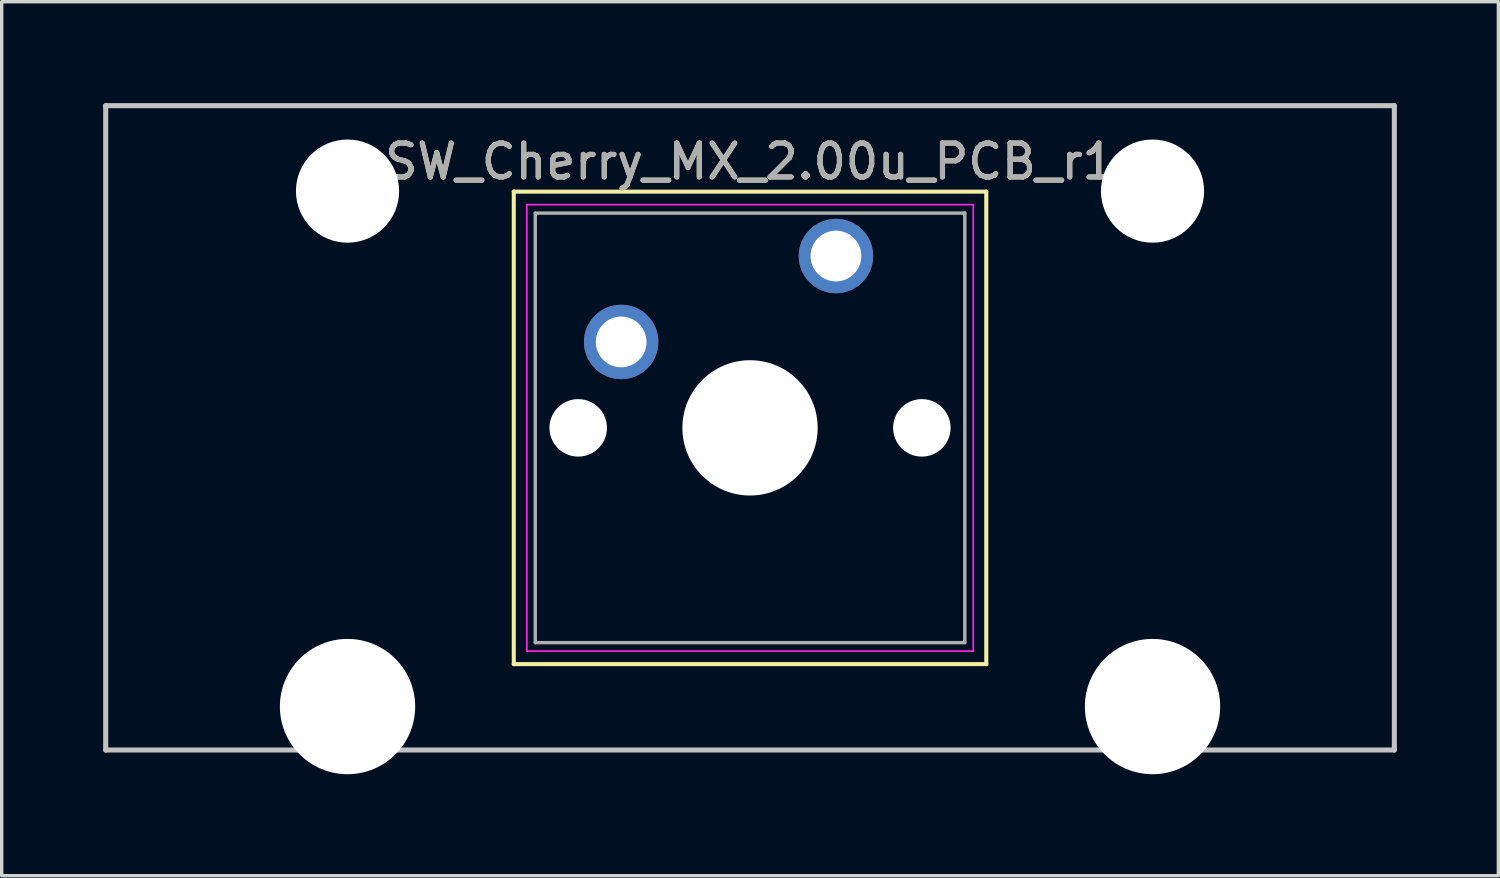
<source format=kicad_pcb>
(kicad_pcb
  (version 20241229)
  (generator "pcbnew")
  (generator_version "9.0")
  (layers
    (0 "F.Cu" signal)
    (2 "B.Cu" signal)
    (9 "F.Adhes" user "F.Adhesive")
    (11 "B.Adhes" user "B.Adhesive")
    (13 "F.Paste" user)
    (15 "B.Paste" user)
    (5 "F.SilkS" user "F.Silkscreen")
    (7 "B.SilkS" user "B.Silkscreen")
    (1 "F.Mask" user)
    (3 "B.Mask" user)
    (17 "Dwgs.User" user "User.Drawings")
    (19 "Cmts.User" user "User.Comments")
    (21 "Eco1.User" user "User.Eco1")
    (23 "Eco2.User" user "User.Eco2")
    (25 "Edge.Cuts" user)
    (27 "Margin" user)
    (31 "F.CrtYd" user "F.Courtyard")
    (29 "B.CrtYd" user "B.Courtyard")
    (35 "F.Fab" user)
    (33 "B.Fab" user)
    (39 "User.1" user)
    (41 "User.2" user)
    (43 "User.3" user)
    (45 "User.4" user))
  (footprint "SW_Cherry_MX_2.00u_PCB_r1"
    (layer "F.Cu")
    (at 21.665 4.52)
    (property "Reference" "SW_Cherry_MX_2.00u_PCB_r1" (at -2.54 -2.794 0) (layer "F.SilkS") (effects (font (size 1 1) (thickness 0.15))))
    (attr through_hole)
    (fp_line (start -9.525 -1.905) (end 4.445 -1.905) (stroke (width 0.12) (type solid)) (layer "F.SilkS"))
    (fp_line (start -9.525 12.065) (end -9.525 -1.905) (stroke (width 0.12) (type solid)) (layer "F.SilkS"))
    (fp_line (start 4.445 -1.905) (end 4.445 12.065) (stroke (width 0.12) (type solid)) (layer "F.SilkS"))
    (fp_line (start 4.445 12.065) (end -9.525 12.065) (stroke (width 0.12) (type solid)) (layer "F.SilkS"))
    (fp_line (start -21.59 -4.445) (end 16.51 -4.445) (stroke (width 0.15) (type solid)) (layer "Dwgs.User"))
    (fp_line (start -21.59 14.605) (end -21.59 -4.445) (stroke (width 0.15) (type solid)) (layer "Dwgs.User"))
    (fp_line (start 16.51 -4.445) (end 16.51 14.605) (stroke (width 0.15) (type solid)) (layer "Dwgs.User"))
    (fp_line (start 16.51 14.605) (end -21.59 14.605) (stroke (width 0.15) (type solid)) (layer "Dwgs.User"))
    (fp_line (start -9.14 -1.52) (end 4.06 -1.52) (stroke (width 0.05) (type solid)) (layer "F.CrtYd"))
    (fp_line (start -9.14 11.68) (end -9.14 -1.52) (stroke (width 0.05) (type solid)) (layer "F.CrtYd"))
    (fp_line (start 4.06 -1.52) (end 4.06 11.68) (stroke (width 0.05) (type solid)) (layer "F.CrtYd"))
    (fp_line (start 4.06 11.68) (end -9.14 11.68) (stroke (width 0.05) (type solid)) (layer "F.CrtYd"))
    (fp_line (start -8.89 -1.27) (end 3.81 -1.27) (stroke (width 0.1) (type solid)) (layer "F.Fab"))
    (fp_line (start -8.89 11.43) (end -8.89 -1.27) (stroke (width 0.1) (type solid)) (layer "F.Fab"))
    (fp_line (start 3.81 -1.27) (end 3.81 11.43) (stroke (width 0.1) (type solid)) (layer "F.Fab"))
    (fp_line (start 3.81 11.43) (end -8.89 11.43) (stroke (width 0.1) (type solid)) (layer "F.Fab"))
    (fp_text user "${REFERENCE}" (at -2.54 -2.794 0) (layer "F.Fab") (effects (font (size 1 1) (thickness 0.15))))
    (pad "" np_thru_hole circle (at -14.44 -1.92) (size 3.05 3.05) (drill 3.05) (layers "*.Cu" "*.Mask"))
    (pad "" np_thru_hole circle (at -14.44 13.32) (size 4 4) (drill 4) (layers "*.Cu" "*.Mask"))
    (pad "" np_thru_hole circle (at -7.62 5.08) (size 1.7 1.7) (drill 1.7) (layers "*.Cu" "*.Mask"))
    (pad "" np_thru_hole circle (at -2.54 5.08) (size 4 4) (drill 4) (layers "*.Cu" "*.Mask"))
    (pad "" np_thru_hole circle (at 2.54 5.08) (size 1.7 1.7) (drill 1.7) (layers "*.Cu" "*.Mask"))
    (pad "" np_thru_hole circle (at 9.36 -1.92) (size 3.05 3.05) (drill 3.05) (layers "*.Cu" "*.Mask"))
    (pad "" np_thru_hole circle (at 9.36 13.32) (size 4 4) (drill 4) (layers "*.Cu" "*.Mask"))
    (pad "1" thru_hole circle (at 0 0) (size 2.2 2.2) (drill 1.5) (layers "*.Cu" "*.Mask"))
    (pad "2" thru_hole circle (at -6.35 2.54) (size 2.2 2.2) (drill 1.5) (layers "*.Cu" "*.Mask")))
  (gr_rect
    (start -3 -3)
    (end 41.25 22.84)
    (stroke (width 0.1) (type default))
    (fill no)
    (layer "Edge.Cuts")))
</source>
